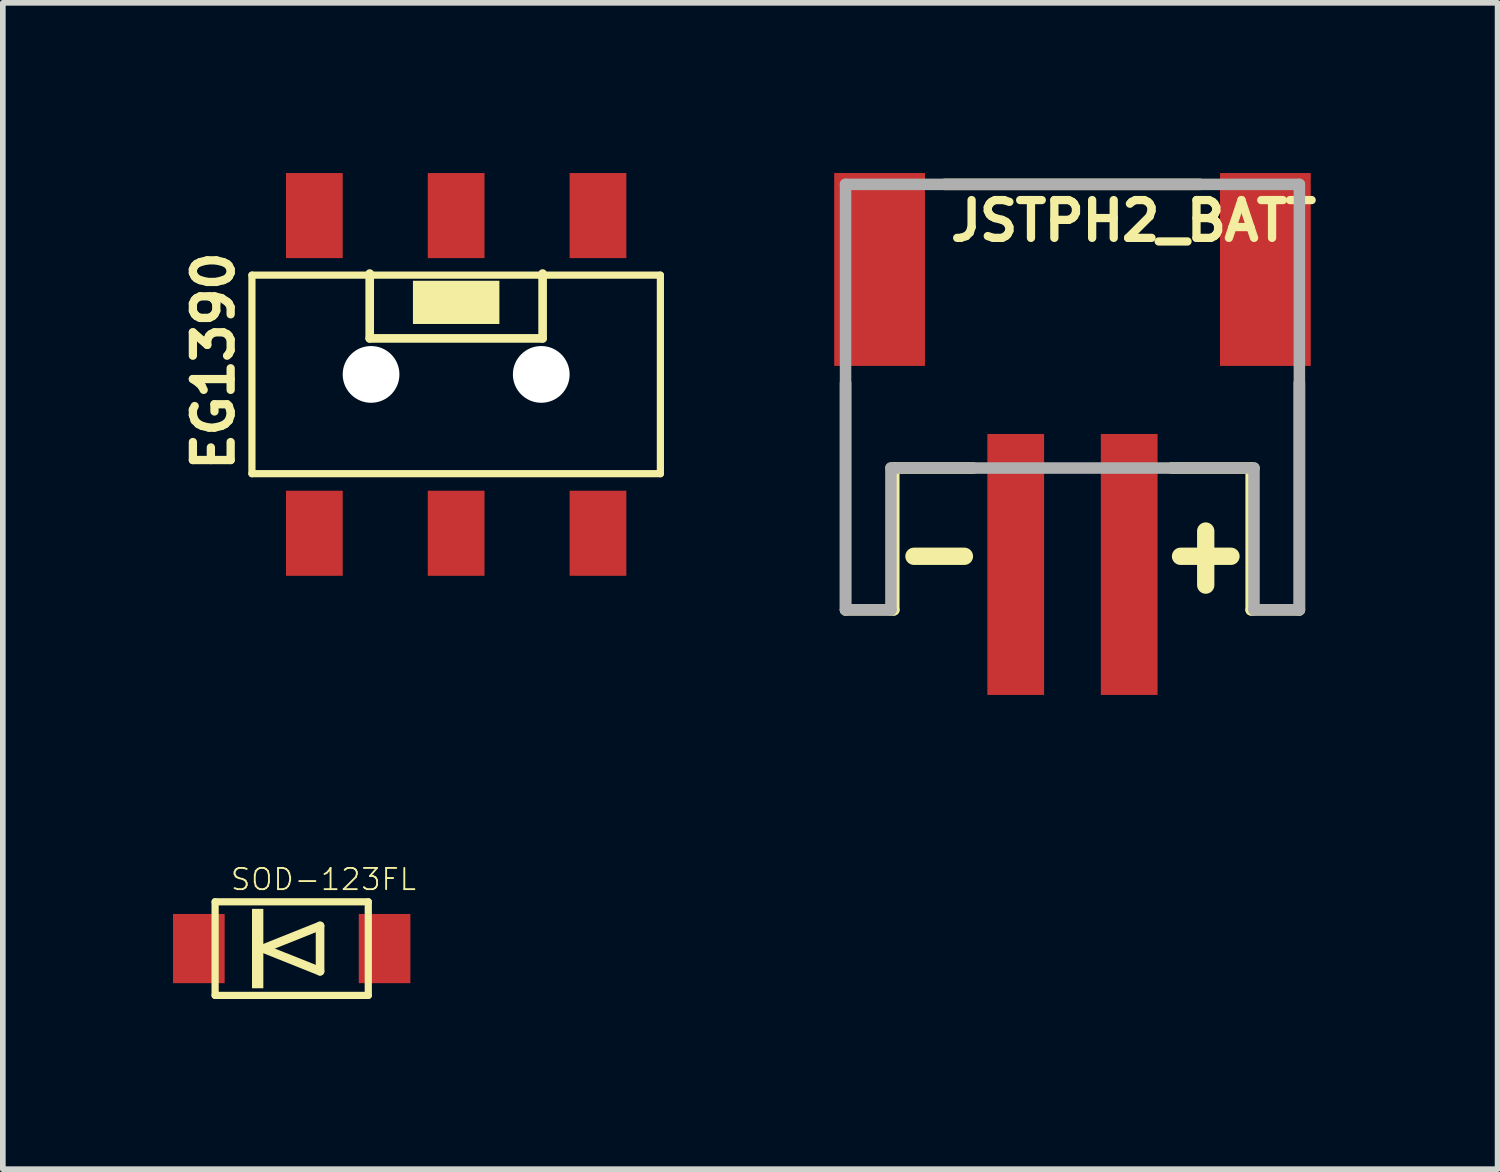
<source format=kicad_pcb>
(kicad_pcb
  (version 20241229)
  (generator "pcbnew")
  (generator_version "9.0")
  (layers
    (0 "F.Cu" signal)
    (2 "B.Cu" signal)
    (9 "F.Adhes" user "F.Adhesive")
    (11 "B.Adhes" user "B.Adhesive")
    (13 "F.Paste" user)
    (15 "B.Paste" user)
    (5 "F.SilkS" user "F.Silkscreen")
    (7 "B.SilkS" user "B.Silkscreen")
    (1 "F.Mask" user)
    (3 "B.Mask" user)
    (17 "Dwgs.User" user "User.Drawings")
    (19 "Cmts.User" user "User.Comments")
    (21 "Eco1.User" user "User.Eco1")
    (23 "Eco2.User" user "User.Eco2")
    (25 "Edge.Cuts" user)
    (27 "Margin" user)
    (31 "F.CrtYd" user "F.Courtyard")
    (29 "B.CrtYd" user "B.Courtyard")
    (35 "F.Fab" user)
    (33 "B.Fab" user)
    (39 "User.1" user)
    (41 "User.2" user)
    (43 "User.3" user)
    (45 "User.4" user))
  (footprint "EG1390"
    (layer "F.Cu")
    (at 4.991 3.55)
    (property "Reference" "EG1390" (at -3.886 1.764 90) (unlocked yes) (layer "F.SilkS") (effects (font (size 0.666 0.666) (thickness 0.146)) (justify left bottom)))
    (fp_line (start -3.6 -1.75) (end 3.6 -1.75) (stroke (width 0.127) (type solid)) (layer "F.SilkS"))
    (fp_line (start -3.6 1.75) (end -3.6 -1.75) (stroke (width 0.127) (type solid)) (layer "F.SilkS"))
    (fp_line (start -1.524 -1.778) (end -1.524 -0.635) (stroke (width 0.152) (type solid)) (layer "F.SilkS"))
    (fp_line (start -1.524 -0.635) (end 1.524 -0.635) (stroke (width 0.152) (type solid)) (layer "F.SilkS"))
    (fp_line (start 1.524 -0.635) (end 1.524 -1.778) (stroke (width 0.152) (type solid)) (layer "F.SilkS"))
    (fp_line (start 3.6 -1.75) (end 3.6 1.75) (stroke (width 0.127) (type solid)) (layer "F.SilkS"))
    (fp_line (start 3.6 1.75) (end -3.6 1.75) (stroke (width 0.127) (type solid)) (layer "F.SilkS"))
    (fp_poly (pts (xy -0.762 -0.889) (xy 0.762 -0.889) (xy 0.762 -1.651) (xy -0.762 -1.651)) (stroke (width 0) (type default)) (fill yes) (layer "F.SilkS"))
    (pad "" np_thru_hole circle (at -1.5 0) (size 1 1) (drill 1) (layers "*.Cu" "*.Mask"))
    (pad "" np_thru_hole circle (at 1.5 0) (size 1 1) (drill 1) (layers "*.Cu" "*.Mask"))
    (pad "O1" smd rect (at -2.5 -2.8) (size 1 1.5) (layers "F.Cu" "F.Mask" "F.Paste"))
    (pad "O2" smd rect (at -2.5 2.8) (size 1 1.5) (layers "F.Cu" "F.Mask" "F.Paste"))
    (pad "P1" smd rect (at 0 -2.8) (size 1 1.5) (layers "F.Cu" "F.Mask" "F.Paste"))
    (pad "P2" smd rect (at 0 2.8) (size 1 1.5) (layers "F.Cu" "F.Mask" "F.Paste"))
    (pad "S1" smd rect (at 2.5 -2.8) (size 1 1.5) (layers "F.Cu" "F.Mask" "F.Paste"))
    (pad "S2" smd rect (at 2.5 2.8) (size 1 1.5) (layers "F.Cu" "F.Mask" "F.Paste")))
  (footprint "SOD-123FL"
    (layer "F.Cu")
    (at 2.092 13.671)
    (property "Reference" "SOD-123FL" (at -1.1 -1 0) (unlocked yes) (layer "F.SilkS") (effects (font (size 0.374 0.374) (thickness 0.033)) (justify left bottom)))
    (fp_line (start -1.35 -0.825) (end 1.35 -0.825) (stroke (width 0.127) (type solid)) (layer "F.SilkS"))
    (fp_line (start -1.35 0.825) (end -1.35 -0.825) (stroke (width 0.127) (type solid)) (layer "F.SilkS"))
    (fp_line (start -0.5 0) (end 0.5 -0.4) (stroke (width 0.152) (type solid)) (layer "F.SilkS"))
    (fp_line (start 0.5 -0.4) (end 0.5 0.4) (stroke (width 0.152) (type solid)) (layer "F.SilkS"))
    (fp_line (start 0.5 0.4) (end -0.5 0) (stroke (width 0.152) (type solid)) (layer "F.SilkS"))
    (fp_line (start 1.35 -0.825) (end 1.35 0.825) (stroke (width 0.127) (type solid)) (layer "F.SilkS"))
    (fp_line (start 1.35 0.825) (end -1.35 0.825) (stroke (width 0.127) (type solid)) (layer "F.SilkS"))
    (fp_poly (pts (xy -0.7 0.7) (xy -0.5 0.7) (xy -0.5 -0.7) (xy -0.7 -0.7)) (stroke (width 0) (type default)) (fill yes) (layer "F.SilkS"))
    (pad "A" smd rect (at 1.637 0) (size 0.91 1.22) (layers "F.Cu" "F.Mask" "F.Paste"))
    (pad "C" smd rect (at -1.637 0) (size 0.91 1.22) (layers "F.Cu" "F.Mask" "F.Paste")))
  (footprint "JSTPH2_BATT"
    (layer "F.Cu")
    (at 15.855 4.851)
    (property "Reference" "JSTPH2_BATT" (at -2.223 -3.619 0) (unlocked yes) (layer "F.SilkS") (effects (font (size 0.666 0.666) (thickness 0.146)) (justify left bottom)))
    (fp_line (start -4 2.849) (end -4 -1.151) (stroke (width 0.203) (type solid)) (layer "F.SilkS"))
    (fp_line (start -3.15 0.349) (end -3.15 2.849) (stroke (width 0.203) (type solid)) (layer "F.SilkS"))
    (fp_line (start -3.15 2.849) (end -4 2.849) (stroke (width 0.203) (type solid)) (layer "F.SilkS"))
    (fp_line (start -2.794 1.905) (end -1.905 1.905) (stroke (width 0.305) (type solid)) (layer "F.SilkS"))
    (fp_line (start -2.25 -4.651) (end 2.25 -4.651) (stroke (width 0.203) (type solid)) (layer "F.SilkS"))
    (fp_line (start -1.75 0.349) (end -3.15 0.349) (stroke (width 0.203) (type solid)) (layer "F.SilkS"))
    (fp_line (start 1.905 1.905) (end 2.794 1.905) (stroke (width 0.305) (type solid)) (layer "F.SilkS"))
    (fp_line (start 2.349 2.413) (end 2.349 1.46) (stroke (width 0.305) (type solid)) (layer "F.SilkS"))
    (fp_line (start 3.15 0.349) (end 1.75 0.349) (stroke (width 0.203) (type solid)) (layer "F.SilkS"))
    (fp_line (start 3.15 2.849) (end 3.15 0.349) (stroke (width 0.203) (type solid)) (layer "F.SilkS"))
    (fp_line (start 4 -1.151) (end 4 2.849) (stroke (width 0.203) (type solid)) (layer "F.SilkS"))
    (fp_line (start 4 2.849) (end 3.15 2.849) (stroke (width 0.203) (type solid)) (layer "F.SilkS"))
    (fp_line (start -4 -4.651) (end 4 -4.651) (stroke (width 0.203) (type solid)) (layer "F.Fab"))
    (fp_line (start -4 2.849) (end -4 -4.651) (stroke (width 0.203) (type solid)) (layer "F.Fab"))
    (fp_line (start -3.2 0.349) (end -3.2 2.849) (stroke (width 0.203) (type solid)) (layer "F.Fab"))
    (fp_line (start -3.2 2.849) (end -4 2.849) (stroke (width 0.203) (type solid)) (layer "F.Fab"))
    (fp_line (start 3.2 0.349) (end -3.2 0.349) (stroke (width 0.203) (type solid)) (layer "F.Fab"))
    (fp_line (start 3.2 2.849) (end 3.2 0.349) (stroke (width 0.203) (type solid)) (layer "F.Fab"))
    (fp_line (start 4 -4.651) (end 4 2.849) (stroke (width 0.203) (type solid)) (layer "F.Fab"))
    (fp_line (start 4 2.849) (end 3.2 2.849) (stroke (width 0.203) (type solid)) (layer "F.Fab"))
    (pad "1" smd rect (at -1 2.049) (size 1 4.6) (layers "F.Cu" "F.Mask" "F.Paste"))
    (pad "2" smd rect (at 1 2.049) (size 1 4.6) (layers "F.Cu" "F.Mask" "F.Paste"))
    (pad "NC1" smd rect (at -3.4 -3.151 90) (size 3.4 1.6) (layers "F.Cu" "F.Mask" "F.Paste"))
    (pad "NC2" smd rect (at 3.4 -3.151 90) (size 3.4 1.6) (layers "F.Cu" "F.Mask" "F.Paste")))
  (gr_rect
    (start -3 -3)
    (end 23.349 17.56)
    (stroke (width 0.1) (type default))
    (fill no)
    (layer "Edge.Cuts")))
</source>
